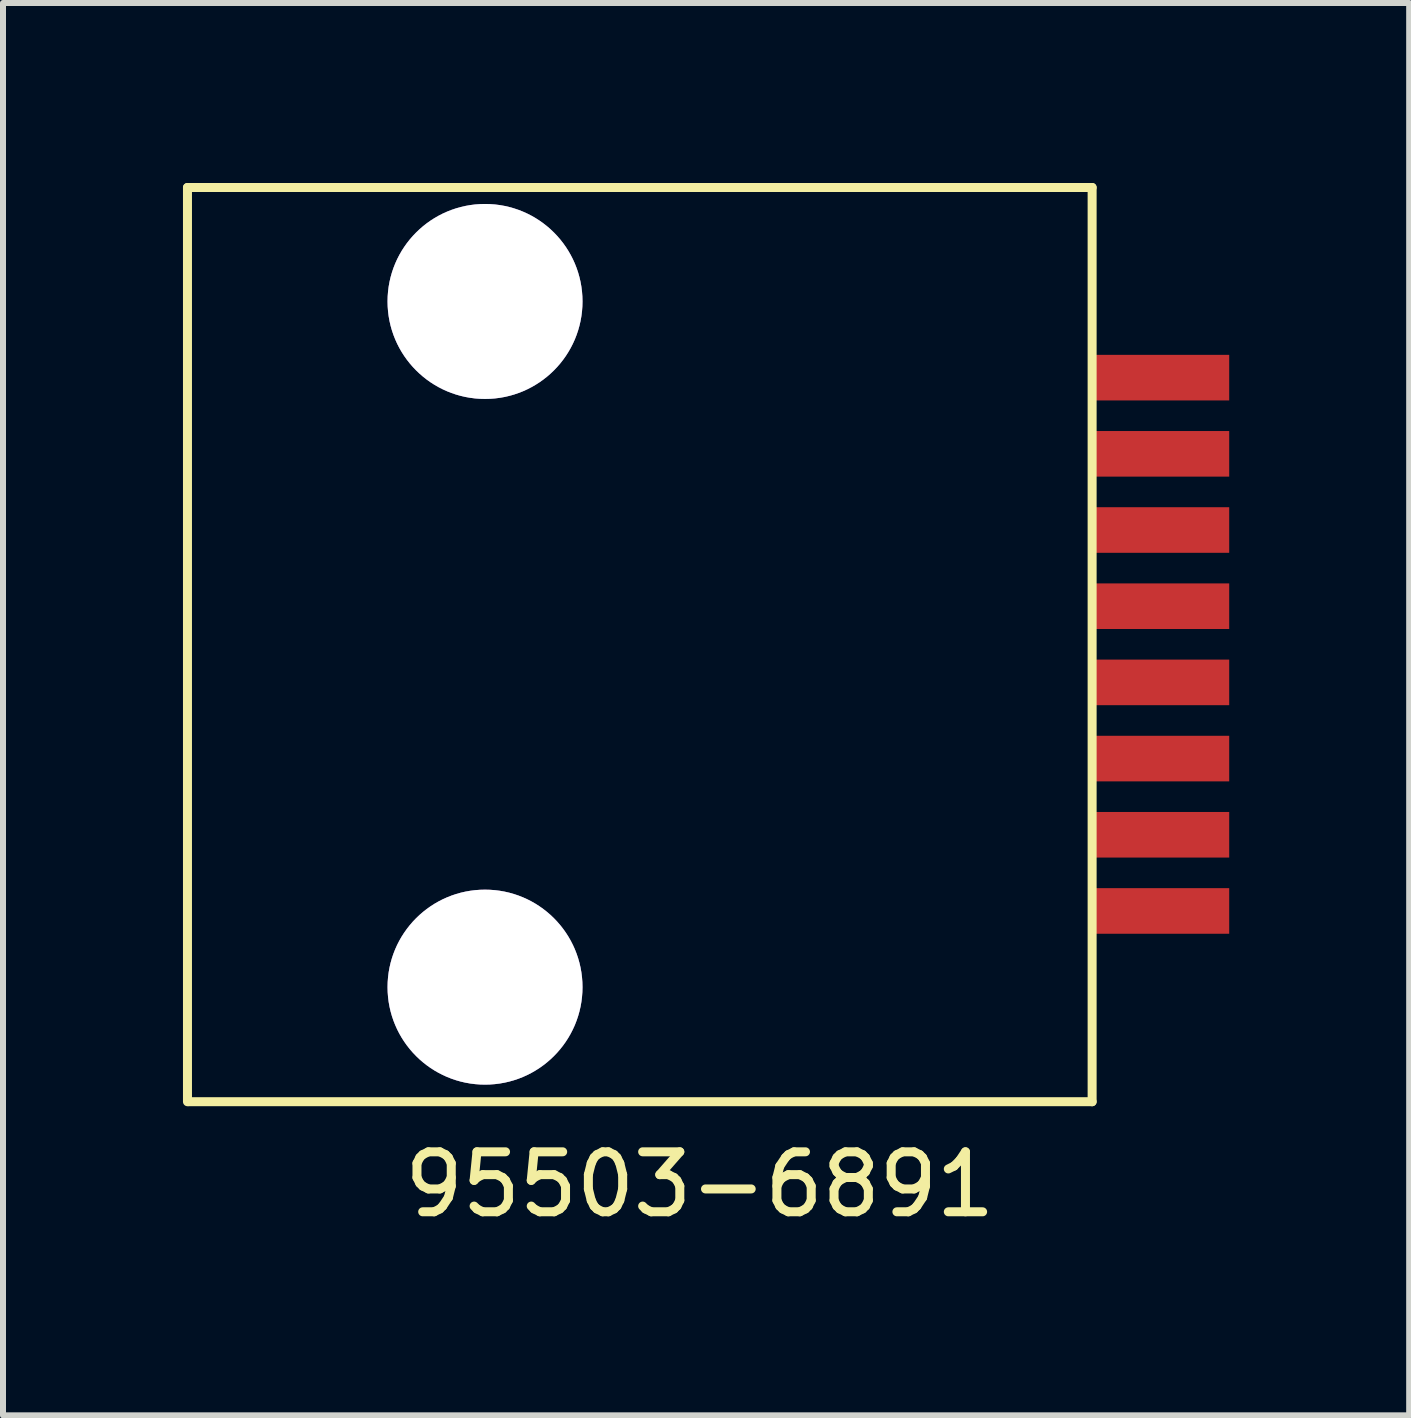
<source format=kicad_pcb>
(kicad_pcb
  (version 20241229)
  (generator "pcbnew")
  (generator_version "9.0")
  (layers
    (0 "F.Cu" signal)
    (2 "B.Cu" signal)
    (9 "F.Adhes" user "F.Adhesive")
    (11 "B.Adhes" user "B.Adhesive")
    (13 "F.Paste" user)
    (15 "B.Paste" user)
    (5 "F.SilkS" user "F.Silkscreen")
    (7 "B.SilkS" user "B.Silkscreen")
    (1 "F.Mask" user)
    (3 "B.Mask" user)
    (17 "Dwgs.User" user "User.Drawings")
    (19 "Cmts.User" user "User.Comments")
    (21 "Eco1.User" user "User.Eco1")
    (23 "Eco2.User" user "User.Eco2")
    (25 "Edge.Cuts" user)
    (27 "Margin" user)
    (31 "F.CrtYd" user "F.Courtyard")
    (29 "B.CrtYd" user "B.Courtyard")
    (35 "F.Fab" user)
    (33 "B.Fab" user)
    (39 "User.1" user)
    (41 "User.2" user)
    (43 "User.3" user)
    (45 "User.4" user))
  (footprint "95503-6891"
    (layer "F.Cu")
    (at 5.615 7.695)
    (property "Reference" "95503-6891" (at 3 9 0) (layer "F.SilkS") (effects (font (size 1 1) (thickness 0.15))))
    (attr through_hole)
    (fp_line (start -5.54 -7.62) (end 9.54 -7.62) (stroke (width 0.15) (type solid)) (layer "F.SilkS"))
    (fp_line (start -5.54 7.62) (end -5.54 -7.62) (stroke (width 0.15) (type solid)) (layer "F.SilkS"))
    (fp_line (start 9.54 -7.62) (end 9.54 7.62) (stroke (width 0.15) (type solid)) (layer "F.SilkS"))
    (fp_line (start 9.54 7.62) (end -5.52 7.62) (stroke (width 0.15) (type solid)) (layer "F.SilkS"))
    (pad "" thru_hole circle (at -0.58 -5.72) (size 3.25 3.25) (drill 3.25) (layers "*.Cu" "*.Mask"))
    (pad "" thru_hole circle (at -0.58 5.71) (size 3.25 3.25) (drill 3.25) (layers "*.Cu" "*.Mask"))
    (pad "1" smd rect (at 10.68 -4.45) (size 2.29 0.76) (layers "F.Cu" "F.Mask" "F.Paste"))
    (pad "2" smd rect (at 10.68 -3.18) (size 2.29 0.76) (layers "F.Cu" "F.Mask" "F.Paste"))
    (pad "3" smd rect (at 10.68 -1.91) (size 2.29 0.76) (layers "F.Cu" "F.Mask" "F.Paste"))
    (pad "4" smd rect (at 10.68 -0.64) (size 2.29 0.76) (layers "F.Cu" "F.Mask" "F.Paste"))
    (pad "5" smd rect (at 10.68 0.63) (size 2.29 0.76) (layers "F.Cu" "F.Mask" "F.Paste"))
    (pad "6" smd rect (at 10.68 1.9) (size 2.29 0.76) (layers "F.Cu" "F.Mask" "F.Paste"))
    (pad "7" smd rect (at 10.68 3.17) (size 2.29 0.76) (layers "F.Cu" "F.Mask" "F.Paste"))
    (pad "8" smd rect (at 10.68 4.44) (size 2.29 0.76) (layers "F.Cu" "F.Mask" "F.Paste")))
  (gr_rect
    (start -3 -3)
    (end 20.44 20.543)
    (stroke (width 0.1) (type default))
    (fill no)
    (layer "Edge.Cuts")))
</source>
